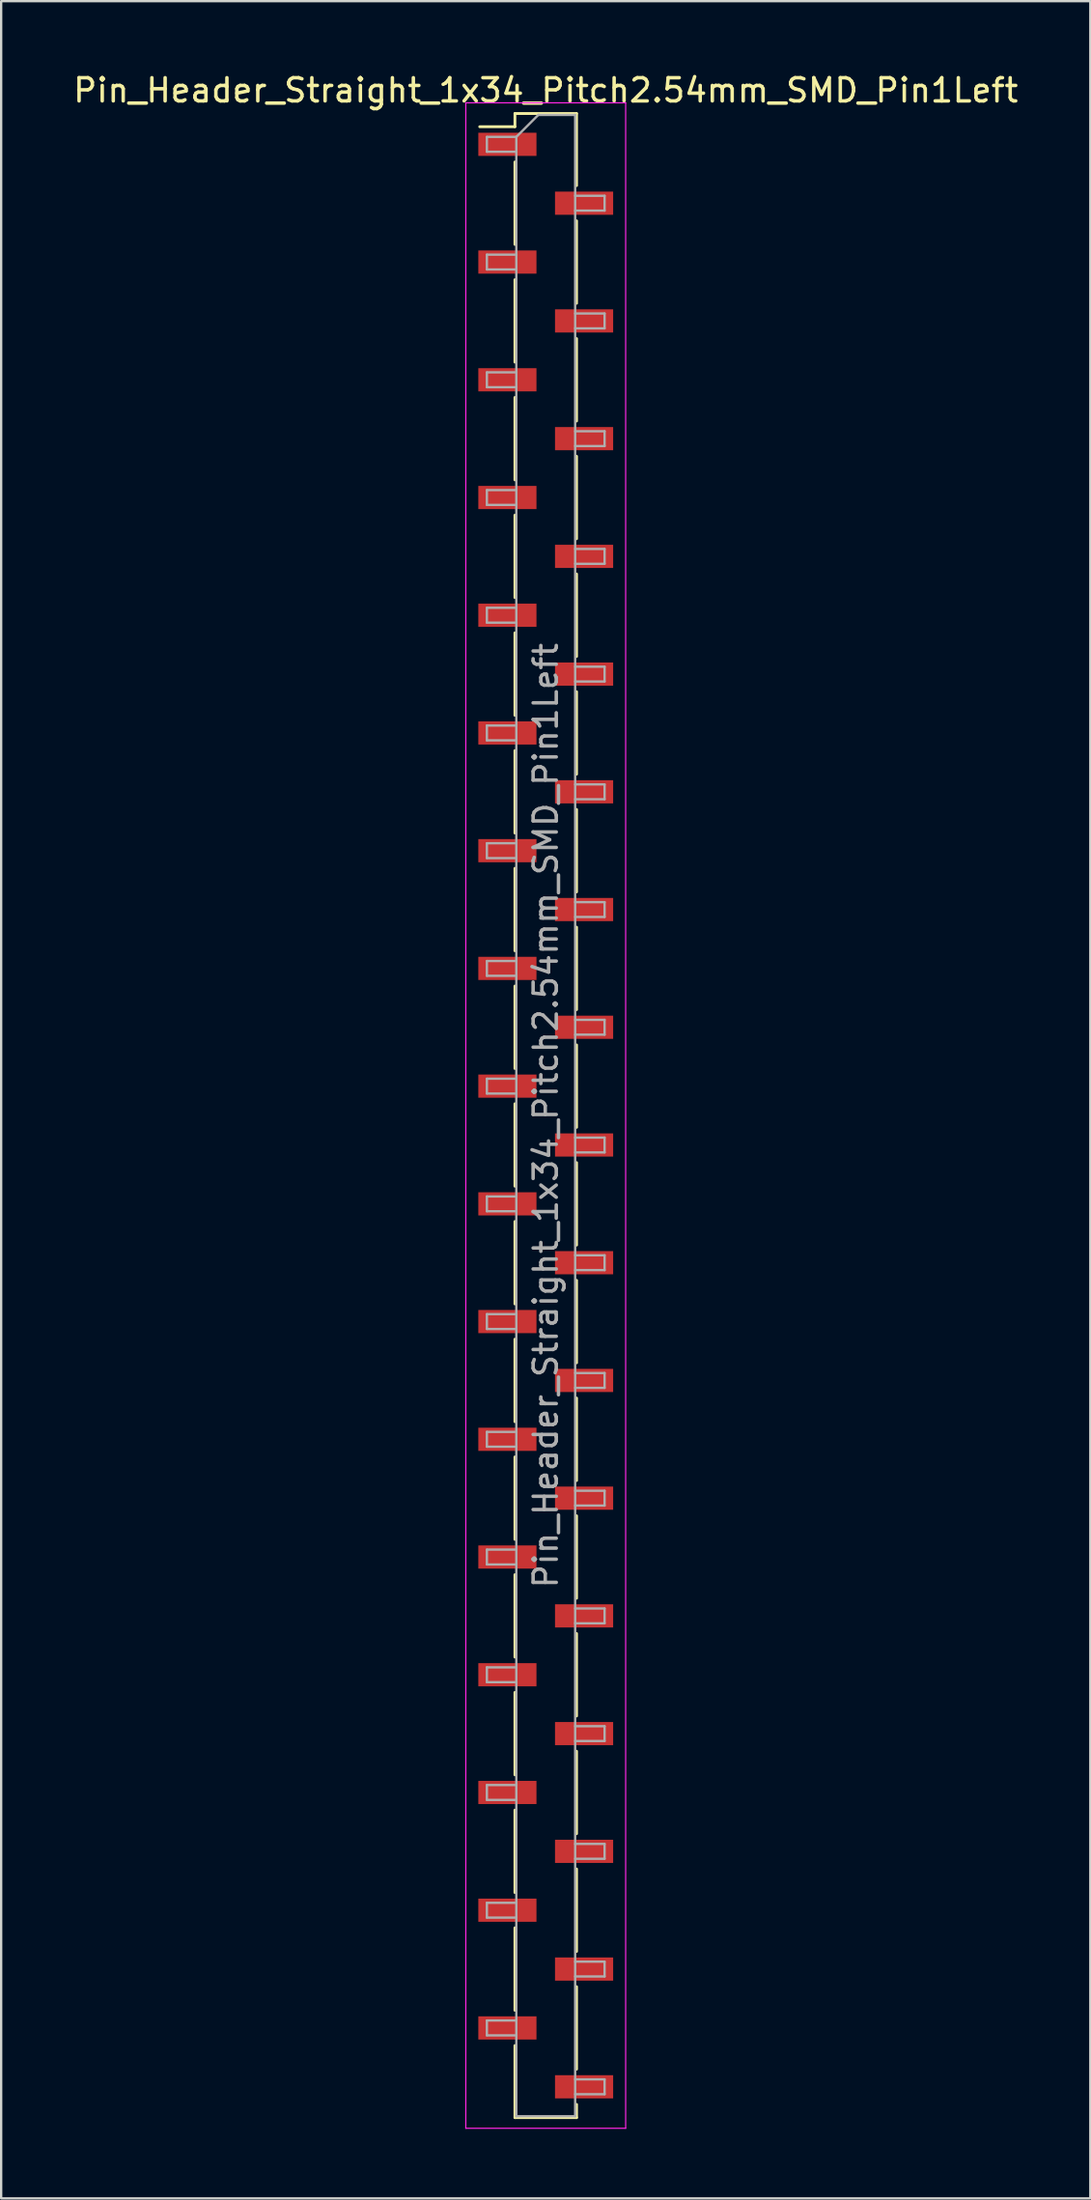
<source format=kicad_pcb>
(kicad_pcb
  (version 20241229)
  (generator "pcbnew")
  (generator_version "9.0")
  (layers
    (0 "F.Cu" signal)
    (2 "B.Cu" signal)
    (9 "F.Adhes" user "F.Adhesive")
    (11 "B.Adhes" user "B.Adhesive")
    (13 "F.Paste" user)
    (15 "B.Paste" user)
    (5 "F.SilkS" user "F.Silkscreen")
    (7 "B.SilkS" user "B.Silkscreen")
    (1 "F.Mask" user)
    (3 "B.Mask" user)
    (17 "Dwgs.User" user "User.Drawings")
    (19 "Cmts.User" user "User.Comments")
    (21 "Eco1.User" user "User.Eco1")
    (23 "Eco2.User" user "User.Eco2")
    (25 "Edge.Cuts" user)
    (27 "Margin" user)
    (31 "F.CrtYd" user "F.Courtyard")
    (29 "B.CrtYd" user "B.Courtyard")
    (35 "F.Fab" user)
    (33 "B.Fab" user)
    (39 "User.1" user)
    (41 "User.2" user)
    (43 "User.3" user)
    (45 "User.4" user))
  (footprint "Pin_Header_Straight_1x34_Pitch2.54mm_SMD_Pin1Left"
    (layer "F.Cu")
    (at 20.506 45.088)
    (property "Reference" "Pin_Header_Straight_1x34_Pitch2.54mm_SMD_Pin1Left" (at 0 -44.24 0) (layer "F.SilkS") (effects (font (size 1 1) (thickness 0.15))))
    (attr smd)
    (fp_line (start -1.33 -43.24) (end -1.33 -42.67) (stroke (width 0.12) (type solid)) (layer "F.SilkS"))
    (fp_line (start -1.33 -43.24) (end 1.33 -43.24) (stroke (width 0.12) (type solid)) (layer "F.SilkS"))
    (fp_line (start -1.33 -42.67) (end -2.85 -42.67) (stroke (width 0.12) (type solid)) (layer "F.SilkS"))
    (fp_line (start -1.33 -41.15) (end -1.33 -37.59) (stroke (width 0.12) (type solid)) (layer "F.SilkS"))
    (fp_line (start -1.33 -36.07) (end -1.33 -32.51) (stroke (width 0.12) (type solid)) (layer "F.SilkS"))
    (fp_line (start -1.33 -30.99) (end -1.33 -27.43) (stroke (width 0.12) (type solid)) (layer "F.SilkS"))
    (fp_line (start -1.33 -25.91) (end -1.33 -22.35) (stroke (width 0.12) (type solid)) (layer "F.SilkS"))
    (fp_line (start -1.33 -20.83) (end -1.33 -17.27) (stroke (width 0.12) (type solid)) (layer "F.SilkS"))
    (fp_line (start -1.33 -15.75) (end -1.33 -12.19) (stroke (width 0.12) (type solid)) (layer "F.SilkS"))
    (fp_line (start -1.33 -10.67) (end -1.33 -7.11) (stroke (width 0.12) (type solid)) (layer "F.SilkS"))
    (fp_line (start -1.33 -5.59) (end -1.33 -2.03) (stroke (width 0.12) (type solid)) (layer "F.SilkS"))
    (fp_line (start -1.33 -0.51) (end -1.33 3.05) (stroke (width 0.12) (type solid)) (layer "F.SilkS"))
    (fp_line (start -1.33 4.57) (end -1.33 8.13) (stroke (width 0.12) (type solid)) (layer "F.SilkS"))
    (fp_line (start -1.33 9.65) (end -1.33 13.21) (stroke (width 0.12) (type solid)) (layer "F.SilkS"))
    (fp_line (start -1.33 14.73) (end -1.33 18.29) (stroke (width 0.12) (type solid)) (layer "F.SilkS"))
    (fp_line (start -1.33 19.81) (end -1.33 23.37) (stroke (width 0.12) (type solid)) (layer "F.SilkS"))
    (fp_line (start -1.33 24.89) (end -1.33 28.45) (stroke (width 0.12) (type solid)) (layer "F.SilkS"))
    (fp_line (start -1.33 29.97) (end -1.33 33.53) (stroke (width 0.12) (type solid)) (layer "F.SilkS"))
    (fp_line (start -1.33 35.05) (end -1.33 38.61) (stroke (width 0.12) (type solid)) (layer "F.SilkS"))
    (fp_line (start -1.33 40.13) (end -1.33 43.24) (stroke (width 0.12) (type solid)) (layer "F.SilkS"))
    (fp_line (start -1.33 43.24) (end 1.33 43.24) (stroke (width 0.12) (type solid)) (layer "F.SilkS"))
    (fp_line (start 1.33 -43.24) (end 1.33 -40.13) (stroke (width 0.12) (type solid)) (layer "F.SilkS"))
    (fp_line (start 1.33 -38.61) (end 1.33 -35.05) (stroke (width 0.12) (type solid)) (layer "F.SilkS"))
    (fp_line (start 1.33 -33.53) (end 1.33 -29.97) (stroke (width 0.12) (type solid)) (layer "F.SilkS"))
    (fp_line (start 1.33 -28.45) (end 1.33 -24.89) (stroke (width 0.12) (type solid)) (layer "F.SilkS"))
    (fp_line (start 1.33 -23.37) (end 1.33 -19.81) (stroke (width 0.12) (type solid)) (layer "F.SilkS"))
    (fp_line (start 1.33 -18.29) (end 1.33 -14.73) (stroke (width 0.12) (type solid)) (layer "F.SilkS"))
    (fp_line (start 1.33 -13.21) (end 1.33 -9.65) (stroke (width 0.12) (type solid)) (layer "F.SilkS"))
    (fp_line (start 1.33 -8.13) (end 1.33 -4.57) (stroke (width 0.12) (type solid)) (layer "F.SilkS"))
    (fp_line (start 1.33 -3.05) (end 1.33 0.51) (stroke (width 0.12) (type solid)) (layer "F.SilkS"))
    (fp_line (start 1.33 2.03) (end 1.33 5.59) (stroke (width 0.12) (type solid)) (layer "F.SilkS"))
    (fp_line (start 1.33 7.11) (end 1.33 10.67) (stroke (width 0.12) (type solid)) (layer "F.SilkS"))
    (fp_line (start 1.33 12.19) (end 1.33 15.75) (stroke (width 0.12) (type solid)) (layer "F.SilkS"))
    (fp_line (start 1.33 17.27) (end 1.33 20.83) (stroke (width 0.12) (type solid)) (layer "F.SilkS"))
    (fp_line (start 1.33 22.35) (end 1.33 25.91) (stroke (width 0.12) (type solid)) (layer "F.SilkS"))
    (fp_line (start 1.33 27.43) (end 1.33 30.99) (stroke (width 0.12) (type solid)) (layer "F.SilkS"))
    (fp_line (start 1.33 32.51) (end 1.33 36.07) (stroke (width 0.12) (type solid)) (layer "F.SilkS"))
    (fp_line (start 1.33 37.59) (end 1.33 41.15) (stroke (width 0.12) (type solid)) (layer "F.SilkS"))
    (fp_line (start 1.33 42.67) (end 1.33 43.24) (stroke (width 0.12) (type solid)) (layer "F.SilkS"))
    (fp_line (start -3.45 -43.7) (end -3.45 43.7) (stroke (width 0.05) (type solid)) (layer "F.CrtYd"))
    (fp_line (start -3.45 43.7) (end 3.45 43.7) (stroke (width 0.05) (type solid)) (layer "F.CrtYd"))
    (fp_line (start 3.45 -43.7) (end -3.45 -43.7) (stroke (width 0.05) (type solid)) (layer "F.CrtYd"))
    (fp_line (start 3.45 43.7) (end 3.45 -43.7) (stroke (width 0.05) (type solid)) (layer "F.CrtYd"))
    (fp_line (start -2.54 -42.23) (end -2.54 -41.59) (stroke (width 0.1) (type solid)) (layer "F.Fab"))
    (fp_line (start -2.54 -41.59) (end -1.27 -41.59) (stroke (width 0.1) (type solid)) (layer "F.Fab"))
    (fp_line (start -2.54 -37.15) (end -2.54 -36.51) (stroke (width 0.1) (type solid)) (layer "F.Fab"))
    (fp_line (start -2.54 -36.51) (end -1.27 -36.51) (stroke (width 0.1) (type solid)) (layer "F.Fab"))
    (fp_line (start -2.54 -32.07) (end -2.54 -31.43) (stroke (width 0.1) (type solid)) (layer "F.Fab"))
    (fp_line (start -2.54 -31.43) (end -1.27 -31.43) (stroke (width 0.1) (type solid)) (layer "F.Fab"))
    (fp_line (start -2.54 -26.99) (end -2.54 -26.35) (stroke (width 0.1) (type solid)) (layer "F.Fab"))
    (fp_line (start -2.54 -26.35) (end -1.27 -26.35) (stroke (width 0.1) (type solid)) (layer "F.Fab"))
    (fp_line (start -2.54 -21.91) (end -2.54 -21.27) (stroke (width 0.1) (type solid)) (layer "F.Fab"))
    (fp_line (start -2.54 -21.27) (end -1.27 -21.27) (stroke (width 0.1) (type solid)) (layer "F.Fab"))
    (fp_line (start -2.54 -16.83) (end -2.54 -16.19) (stroke (width 0.1) (type solid)) (layer "F.Fab"))
    (fp_line (start -2.54 -16.19) (end -1.27 -16.19) (stroke (width 0.1) (type solid)) (layer "F.Fab"))
    (fp_line (start -2.54 -11.75) (end -2.54 -11.11) (stroke (width 0.1) (type solid)) (layer "F.Fab"))
    (fp_line (start -2.54 -11.11) (end -1.27 -11.11) (stroke (width 0.1) (type solid)) (layer "F.Fab"))
    (fp_line (start -2.54 -6.67) (end -2.54 -6.03) (stroke (width 0.1) (type solid)) (layer "F.Fab"))
    (fp_line (start -2.54 -6.03) (end -1.27 -6.03) (stroke (width 0.1) (type solid)) (layer "F.Fab"))
    (fp_line (start -2.54 -1.59) (end -2.54 -0.95) (stroke (width 0.1) (type solid)) (layer "F.Fab"))
    (fp_line (start -2.54 -0.95) (end -1.27 -0.95) (stroke (width 0.1) (type solid)) (layer "F.Fab"))
    (fp_line (start -2.54 3.49) (end -2.54 4.13) (stroke (width 0.1) (type solid)) (layer "F.Fab"))
    (fp_line (start -2.54 4.13) (end -1.27 4.13) (stroke (width 0.1) (type solid)) (layer "F.Fab"))
    (fp_line (start -2.54 8.57) (end -2.54 9.21) (stroke (width 0.1) (type solid)) (layer "F.Fab"))
    (fp_line (start -2.54 9.21) (end -1.27 9.21) (stroke (width 0.1) (type solid)) (layer "F.Fab"))
    (fp_line (start -2.54 13.65) (end -2.54 14.29) (stroke (width 0.1) (type solid)) (layer "F.Fab"))
    (fp_line (start -2.54 14.29) (end -1.27 14.29) (stroke (width 0.1) (type solid)) (layer "F.Fab"))
    (fp_line (start -2.54 18.73) (end -2.54 19.37) (stroke (width 0.1) (type solid)) (layer "F.Fab"))
    (fp_line (start -2.54 19.37) (end -1.27 19.37) (stroke (width 0.1) (type solid)) (layer "F.Fab"))
    (fp_line (start -2.54 23.81) (end -2.54 24.45) (stroke (width 0.1) (type solid)) (layer "F.Fab"))
    (fp_line (start -2.54 24.45) (end -1.27 24.45) (stroke (width 0.1) (type solid)) (layer "F.Fab"))
    (fp_line (start -2.54 28.89) (end -2.54 29.53) (stroke (width 0.1) (type solid)) (layer "F.Fab"))
    (fp_line (start -2.54 29.53) (end -1.27 29.53) (stroke (width 0.1) (type solid)) (layer "F.Fab"))
    (fp_line (start -2.54 33.97) (end -2.54 34.61) (stroke (width 0.1) (type solid)) (layer "F.Fab"))
    (fp_line (start -2.54 34.61) (end -1.27 34.61) (stroke (width 0.1) (type solid)) (layer "F.Fab"))
    (fp_line (start -2.54 39.05) (end -2.54 39.69) (stroke (width 0.1) (type solid)) (layer "F.Fab"))
    (fp_line (start -2.54 39.69) (end -1.27 39.69) (stroke (width 0.1) (type solid)) (layer "F.Fab"))
    (fp_line (start -1.27 -42.23) (end -2.54 -42.23) (stroke (width 0.1) (type solid)) (layer "F.Fab"))
    (fp_line (start -1.27 -42.23) (end -0.32 -43.18) (stroke (width 0.1) (type solid)) (layer "F.Fab"))
    (fp_line (start -1.27 -37.15) (end -2.54 -37.15) (stroke (width 0.1) (type solid)) (layer "F.Fab"))
    (fp_line (start -1.27 -32.07) (end -2.54 -32.07) (stroke (width 0.1) (type solid)) (layer "F.Fab"))
    (fp_line (start -1.27 -26.99) (end -2.54 -26.99) (stroke (width 0.1) (type solid)) (layer "F.Fab"))
    (fp_line (start -1.27 -21.91) (end -2.54 -21.91) (stroke (width 0.1) (type solid)) (layer "F.Fab"))
    (fp_line (start -1.27 -16.83) (end -2.54 -16.83) (stroke (width 0.1) (type solid)) (layer "F.Fab"))
    (fp_line (start -1.27 -11.75) (end -2.54 -11.75) (stroke (width 0.1) (type solid)) (layer "F.Fab"))
    (fp_line (start -1.27 -6.67) (end -2.54 -6.67) (stroke (width 0.1) (type solid)) (layer "F.Fab"))
    (fp_line (start -1.27 -1.59) (end -2.54 -1.59) (stroke (width 0.1) (type solid)) (layer "F.Fab"))
    (fp_line (start -1.27 3.49) (end -2.54 3.49) (stroke (width 0.1) (type solid)) (layer "F.Fab"))
    (fp_line (start -1.27 8.57) (end -2.54 8.57) (stroke (width 0.1) (type solid)) (layer "F.Fab"))
    (fp_line (start -1.27 13.65) (end -2.54 13.65) (stroke (width 0.1) (type solid)) (layer "F.Fab"))
    (fp_line (start -1.27 18.73) (end -2.54 18.73) (stroke (width 0.1) (type solid)) (layer "F.Fab"))
    (fp_line (start -1.27 23.81) (end -2.54 23.81) (stroke (width 0.1) (type solid)) (layer "F.Fab"))
    (fp_line (start -1.27 28.89) (end -2.54 28.89) (stroke (width 0.1) (type solid)) (layer "F.Fab"))
    (fp_line (start -1.27 33.97) (end -2.54 33.97) (stroke (width 0.1) (type solid)) (layer "F.Fab"))
    (fp_line (start -1.27 39.05) (end -2.54 39.05) (stroke (width 0.1) (type solid)) (layer "F.Fab"))
    (fp_line (start -1.27 43.18) (end -1.27 -42.23) (stroke (width 0.1) (type solid)) (layer "F.Fab"))
    (fp_line (start -0.32 -43.18) (end 1.27 -43.18) (stroke (width 0.1) (type solid)) (layer "F.Fab"))
    (fp_line (start 1.27 -43.18) (end 1.27 43.18) (stroke (width 0.1) (type solid)) (layer "F.Fab"))
    (fp_line (start 1.27 -39.69) (end 2.54 -39.69) (stroke (width 0.1) (type solid)) (layer "F.Fab"))
    (fp_line (start 1.27 -34.61) (end 2.54 -34.61) (stroke (width 0.1) (type solid)) (layer "F.Fab"))
    (fp_line (start 1.27 -29.53) (end 2.54 -29.53) (stroke (width 0.1) (type solid)) (layer "F.Fab"))
    (fp_line (start 1.27 -24.45) (end 2.54 -24.45) (stroke (width 0.1) (type solid)) (layer "F.Fab"))
    (fp_line (start 1.27 -19.37) (end 2.54 -19.37) (stroke (width 0.1) (type solid)) (layer "F.Fab"))
    (fp_line (start 1.27 -14.29) (end 2.54 -14.29) (stroke (width 0.1) (type solid)) (layer "F.Fab"))
    (fp_line (start 1.27 -9.21) (end 2.54 -9.21) (stroke (width 0.1) (type solid)) (layer "F.Fab"))
    (fp_line (start 1.27 -4.13) (end 2.54 -4.13) (stroke (width 0.1) (type solid)) (layer "F.Fab"))
    (fp_line (start 1.27 0.95) (end 2.54 0.95) (stroke (width 0.1) (type solid)) (layer "F.Fab"))
    (fp_line (start 1.27 6.03) (end 2.54 6.03) (stroke (width 0.1) (type solid)) (layer "F.Fab"))
    (fp_line (start 1.27 11.11) (end 2.54 11.11) (stroke (width 0.1) (type solid)) (layer "F.Fab"))
    (fp_line (start 1.27 16.19) (end 2.54 16.19) (stroke (width 0.1) (type solid)) (layer "F.Fab"))
    (fp_line (start 1.27 21.27) (end 2.54 21.27) (stroke (width 0.1) (type solid)) (layer "F.Fab"))
    (fp_line (start 1.27 26.35) (end 2.54 26.35) (stroke (width 0.1) (type solid)) (layer "F.Fab"))
    (fp_line (start 1.27 31.43) (end 2.54 31.43) (stroke (width 0.1) (type solid)) (layer "F.Fab"))
    (fp_line (start 1.27 36.51) (end 2.54 36.51) (stroke (width 0.1) (type solid)) (layer "F.Fab"))
    (fp_line (start 1.27 41.59) (end 2.54 41.59) (stroke (width 0.1) (type solid)) (layer "F.Fab"))
    (fp_line (start 1.27 43.18) (end -1.27 43.18) (stroke (width 0.1) (type solid)) (layer "F.Fab"))
    (fp_line (start 2.54 -39.69) (end 2.54 -39.05) (stroke (width 0.1) (type solid)) (layer "F.Fab"))
    (fp_line (start 2.54 -39.05) (end 1.27 -39.05) (stroke (width 0.1) (type solid)) (layer "F.Fab"))
    (fp_line (start 2.54 -34.61) (end 2.54 -33.97) (stroke (width 0.1) (type solid)) (layer "F.Fab"))
    (fp_line (start 2.54 -33.97) (end 1.27 -33.97) (stroke (width 0.1) (type solid)) (layer "F.Fab"))
    (fp_line (start 2.54 -29.53) (end 2.54 -28.89) (stroke (width 0.1) (type solid)) (layer "F.Fab"))
    (fp_line (start 2.54 -28.89) (end 1.27 -28.89) (stroke (width 0.1) (type solid)) (layer "F.Fab"))
    (fp_line (start 2.54 -24.45) (end 2.54 -23.81) (stroke (width 0.1) (type solid)) (layer "F.Fab"))
    (fp_line (start 2.54 -23.81) (end 1.27 -23.81) (stroke (width 0.1) (type solid)) (layer "F.Fab"))
    (fp_line (start 2.54 -19.37) (end 2.54 -18.73) (stroke (width 0.1) (type solid)) (layer "F.Fab"))
    (fp_line (start 2.54 -18.73) (end 1.27 -18.73) (stroke (width 0.1) (type solid)) (layer "F.Fab"))
    (fp_line (start 2.54 -14.29) (end 2.54 -13.65) (stroke (width 0.1) (type solid)) (layer "F.Fab"))
    (fp_line (start 2.54 -13.65) (end 1.27 -13.65) (stroke (width 0.1) (type solid)) (layer "F.Fab"))
    (fp_line (start 2.54 -9.21) (end 2.54 -8.57) (stroke (width 0.1) (type solid)) (layer "F.Fab"))
    (fp_line (start 2.54 -8.57) (end 1.27 -8.57) (stroke (width 0.1) (type solid)) (layer "F.Fab"))
    (fp_line (start 2.54 -4.13) (end 2.54 -3.49) (stroke (width 0.1) (type solid)) (layer "F.Fab"))
    (fp_line (start 2.54 -3.49) (end 1.27 -3.49) (stroke (width 0.1) (type solid)) (layer "F.Fab"))
    (fp_line (start 2.54 0.95) (end 2.54 1.59) (stroke (width 0.1) (type solid)) (layer "F.Fab"))
    (fp_line (start 2.54 1.59) (end 1.27 1.59) (stroke (width 0.1) (type solid)) (layer "F.Fab"))
    (fp_line (start 2.54 6.03) (end 2.54 6.67) (stroke (width 0.1) (type solid)) (layer "F.Fab"))
    (fp_line (start 2.54 6.67) (end 1.27 6.67) (stroke (width 0.1) (type solid)) (layer "F.Fab"))
    (fp_line (start 2.54 11.11) (end 2.54 11.75) (stroke (width 0.1) (type solid)) (layer "F.Fab"))
    (fp_line (start 2.54 11.75) (end 1.27 11.75) (stroke (width 0.1) (type solid)) (layer "F.Fab"))
    (fp_line (start 2.54 16.19) (end 2.54 16.83) (stroke (width 0.1) (type solid)) (layer "F.Fab"))
    (fp_line (start 2.54 16.83) (end 1.27 16.83) (stroke (width 0.1) (type solid)) (layer "F.Fab"))
    (fp_line (start 2.54 21.27) (end 2.54 21.91) (stroke (width 0.1) (type solid)) (layer "F.Fab"))
    (fp_line (start 2.54 21.91) (end 1.27 21.91) (stroke (width 0.1) (type solid)) (layer "F.Fab"))
    (fp_line (start 2.54 26.35) (end 2.54 26.99) (stroke (width 0.1) (type solid)) (layer "F.Fab"))
    (fp_line (start 2.54 26.99) (end 1.27 26.99) (stroke (width 0.1) (type solid)) (layer "F.Fab"))
    (fp_line (start 2.54 31.43) (end 2.54 32.07) (stroke (width 0.1) (type solid)) (layer "F.Fab"))
    (fp_line (start 2.54 32.07) (end 1.27 32.07) (stroke (width 0.1) (type solid)) (layer "F.Fab"))
    (fp_line (start 2.54 36.51) (end 2.54 37.15) (stroke (width 0.1) (type solid)) (layer "F.Fab"))
    (fp_line (start 2.54 37.15) (end 1.27 37.15) (stroke (width 0.1) (type solid)) (layer "F.Fab"))
    (fp_line (start 2.54 41.59) (end 2.54 42.23) (stroke (width 0.1) (type solid)) (layer "F.Fab"))
    (fp_line (start 2.54 42.23) (end 1.27 42.23) (stroke (width 0.1) (type solid)) (layer "F.Fab"))
    (fp_text user "${REFERENCE}" (at 0 0 90) (layer "F.Fab") (effects (font (size 1 1) (thickness 0.15))))
    (pad "1" smd rect (at -1.655 -41.91) (size 2.51 1) (layers "F.Cu" "F.Mask" "F.Paste"))
    (pad "2" smd rect (at 1.655 -39.37) (size 2.51 1) (layers "F.Cu" "F.Mask" "F.Paste"))
    (pad "3" smd rect (at -1.655 -36.83) (size 2.51 1) (layers "F.Cu" "F.Mask" "F.Paste"))
    (pad "4" smd rect (at 1.655 -34.29) (size 2.51 1) (layers "F.Cu" "F.Mask" "F.Paste"))
    (pad "5" smd rect (at -1.655 -31.75) (size 2.51 1) (layers "F.Cu" "F.Mask" "F.Paste"))
    (pad "6" smd rect (at 1.655 -29.21) (size 2.51 1) (layers "F.Cu" "F.Mask" "F.Paste"))
    (pad "7" smd rect (at -1.655 -26.67) (size 2.51 1) (layers "F.Cu" "F.Mask" "F.Paste"))
    (pad "8" smd rect (at 1.655 -24.13) (size 2.51 1) (layers "F.Cu" "F.Mask" "F.Paste"))
    (pad "9" smd rect (at -1.655 -21.59) (size 2.51 1) (layers "F.Cu" "F.Mask" "F.Paste"))
    (pad "10" smd rect (at 1.655 -19.05) (size 2.51 1) (layers "F.Cu" "F.Mask" "F.Paste"))
    (pad "11" smd rect (at -1.655 -16.51) (size 2.51 1) (layers "F.Cu" "F.Mask" "F.Paste"))
    (pad "12" smd rect (at 1.655 -13.97) (size 2.51 1) (layers "F.Cu" "F.Mask" "F.Paste"))
    (pad "13" smd rect (at -1.655 -11.43) (size 2.51 1) (layers "F.Cu" "F.Mask" "F.Paste"))
    (pad "14" smd rect (at 1.655 -8.89) (size 2.51 1) (layers "F.Cu" "F.Mask" "F.Paste"))
    (pad "15" smd rect (at -1.655 -6.35) (size 2.51 1) (layers "F.Cu" "F.Mask" "F.Paste"))
    (pad "16" smd rect (at 1.655 -3.81) (size 2.51 1) (layers "F.Cu" "F.Mask" "F.Paste"))
    (pad "17" smd rect (at -1.655 -1.27) (size 2.51 1) (layers "F.Cu" "F.Mask" "F.Paste"))
    (pad "18" smd rect (at 1.655 1.27) (size 2.51 1) (layers "F.Cu" "F.Mask" "F.Paste"))
    (pad "19" smd rect (at -1.655 3.81) (size 2.51 1) (layers "F.Cu" "F.Mask" "F.Paste"))
    (pad "20" smd rect (at 1.655 6.35) (size 2.51 1) (layers "F.Cu" "F.Mask" "F.Paste"))
    (pad "21" smd rect (at -1.655 8.89) (size 2.51 1) (layers "F.Cu" "F.Mask" "F.Paste"))
    (pad "22" smd rect (at 1.655 11.43) (size 2.51 1) (layers "F.Cu" "F.Mask" "F.Paste"))
    (pad "23" smd rect (at -1.655 13.97) (size 2.51 1) (layers "F.Cu" "F.Mask" "F.Paste"))
    (pad "24" smd rect (at 1.655 16.51) (size 2.51 1) (layers "F.Cu" "F.Mask" "F.Paste"))
    (pad "25" smd rect (at -1.655 19.05) (size 2.51 1) (layers "F.Cu" "F.Mask" "F.Paste"))
    (pad "26" smd rect (at 1.655 21.59) (size 2.51 1) (layers "F.Cu" "F.Mask" "F.Paste"))
    (pad "27" smd rect (at -1.655 24.13) (size 2.51 1) (layers "F.Cu" "F.Mask" "F.Paste"))
    (pad "28" smd rect (at 1.655 26.67) (size 2.51 1) (layers "F.Cu" "F.Mask" "F.Paste"))
    (pad "29" smd rect (at -1.655 29.21) (size 2.51 1) (layers "F.Cu" "F.Mask" "F.Paste"))
    (pad "30" smd rect (at 1.655 31.75) (size 2.51 1) (layers "F.Cu" "F.Mask" "F.Paste"))
    (pad "31" smd rect (at -1.655 34.29) (size 2.51 1) (layers "F.Cu" "F.Mask" "F.Paste"))
    (pad "32" smd rect (at 1.655 36.83) (size 2.51 1) (layers "F.Cu" "F.Mask" "F.Paste"))
    (pad "33" smd rect (at -1.655 39.37) (size 2.51 1) (layers "F.Cu" "F.Mask" "F.Paste"))
    (pad "34" smd rect (at 1.655 41.91) (size 2.51 1) (layers "F.Cu" "F.Mask" "F.Paste")))
  (gr_rect
    (start -3 -3)
    (end 44.012 91.813)
    (stroke (width 0.1) (type default))
    (fill no)
    (layer "Edge.Cuts")))
</source>
